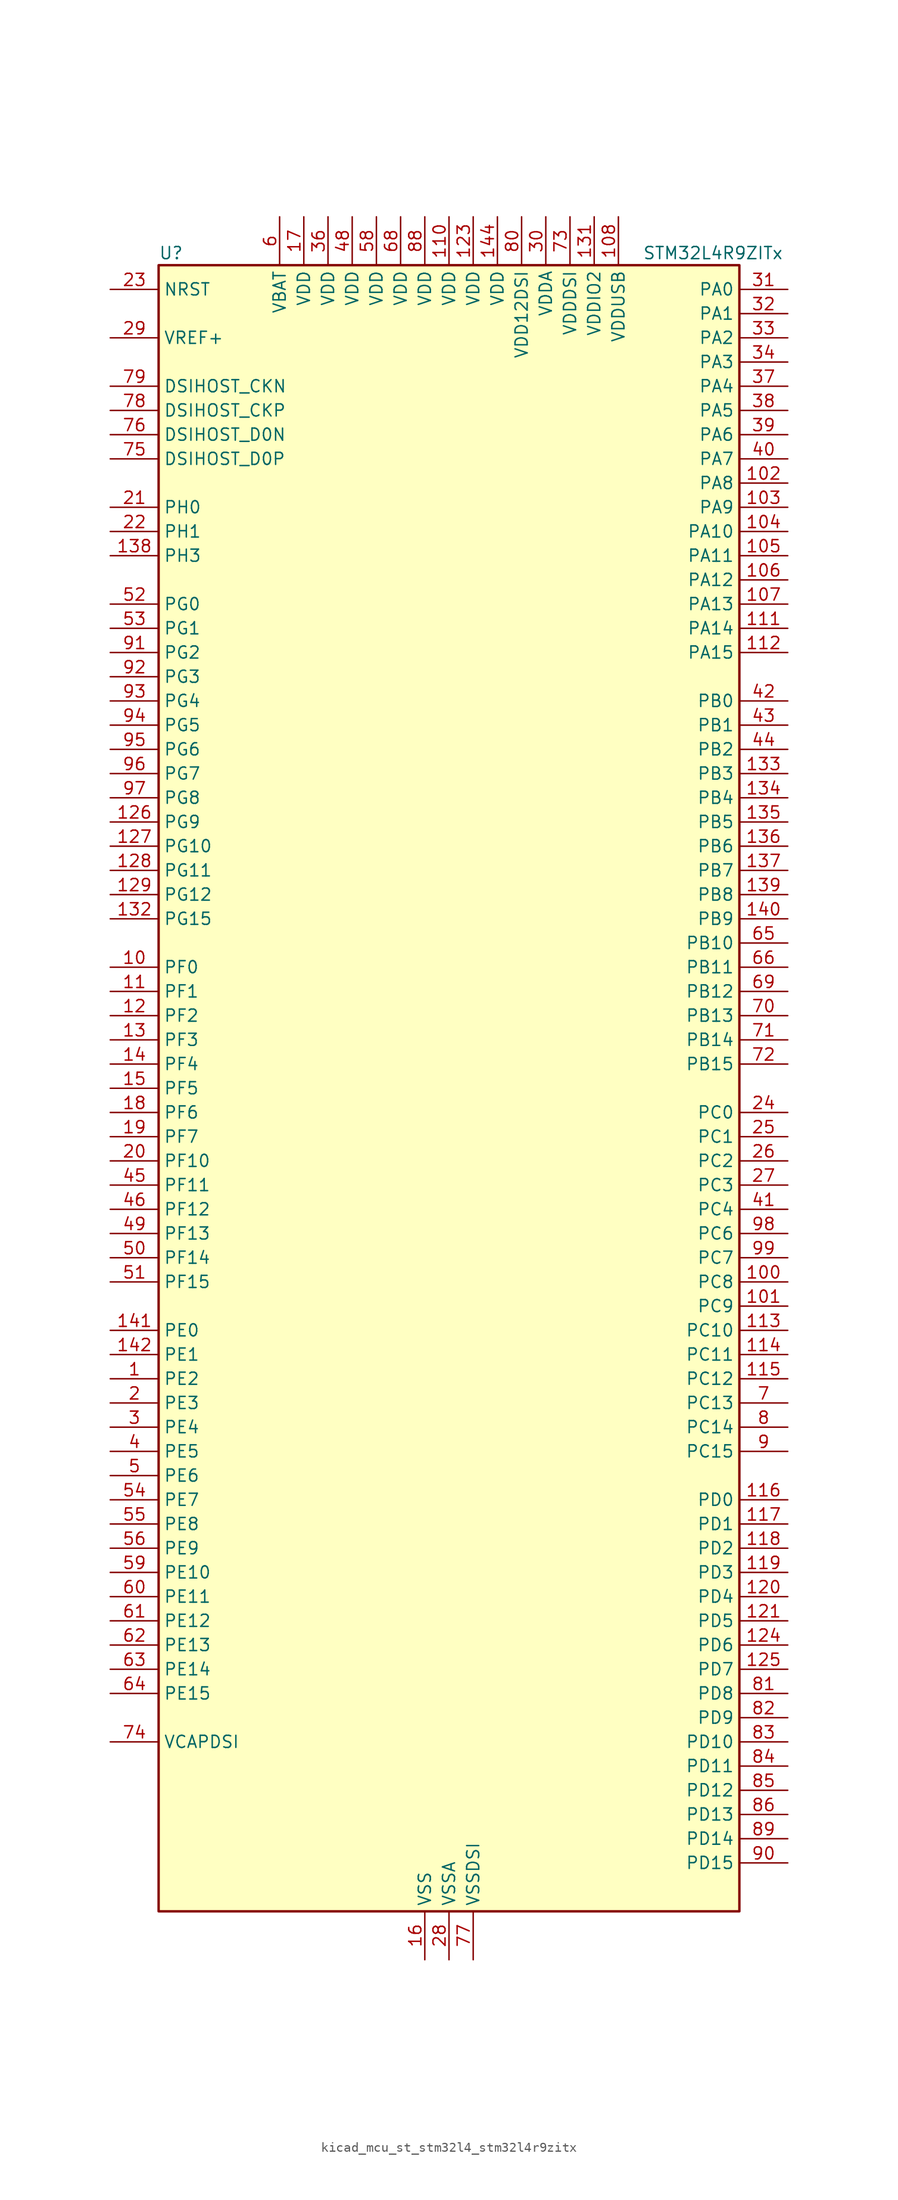
<source format=kicad_sym>
(kicad_symbol_lib
  (version 20220914)
  (generator kicad_symbol_editor)
  (symbol "kicad_mcu_st_stm32l4_stm32l4r9zitx"
    (property "Reference" "U"
      (at -30.48 87.63 0)
      (effects (font (size 1.27 1.27)) (justify left)))
    (property "Value" "STM32L4R9ZITx"
      (at 20.32 87.63 0)
      (effects (font (size 1.27 1.27)) (justify left)))
    (property "ki_locked" ""
      (at 0 0 0)
      (effects (font (size 1.27 1.27))))
    (symbol "kicad_mcu_st_stm32l4_stm32l4r9zitx_0_1"
      (rectangle (start -30.48 -86.36) (end 30.48 86.36) (stroke (width 0.254) (type default)) (fill (type background))))
    (symbol "kicad_mcu_st_stm32l4_stm32l4r9zitx_1_1"
      (pin bidirectional line (at -35.56 -30.48 0) (length 5.08) (name "PE2" (effects (font (size 1.27 1.27)))) (number "1" (effects (font (size 1.27 1.27)))) (alternate "FMC_A23" bidirectional line) (alternate "LTDC_R0" bidirectional line) (alternate "SAI1_CK1" bidirectional line) (alternate "SAI1_MCLK_A" bidirectional line) (alternate "SYS_TRACECLK" bidirectional line) (alternate "TIM3_ETR" bidirectional line) (alternate "TSC_G7_IO1" bidirectional line))
      (pin bidirectional line (at -35.56 12.7 0) (length 5.08) (name "PF0" (effects (font (size 1.27 1.27)))) (number "10" (effects (font (size 1.27 1.27)))) (alternate "FMC_A0" bidirectional line) (alternate "I2C2_SDA" bidirectional line) (alternate "OCTOSPIM_P2_IO0" bidirectional line))
      (pin bidirectional line (at 35.56 -20.32 180) (length 5.08) (name "PC8" (effects (font (size 1.27 1.27)))) (number "100" (effects (font (size 1.27 1.27)))) (alternate "DCMI_D2" bidirectional line) (alternate "SDMMC1_D0" bidirectional line) (alternate "TIM3_CH3" bidirectional line) (alternate "TIM8_CH3" bidirectional line) (alternate "TSC_G4_IO3" bidirectional line))
      (pin bidirectional line (at 35.56 -22.86 180) (length 5.08) (name "PC9" (effects (font (size 1.27 1.27)))) (number "101" (effects (font (size 1.27 1.27)))) (alternate "DAC1_EXTI9" bidirectional line) (alternate "DCMI_D3" bidirectional line) (alternate "I2C3_SDA" bidirectional line) (alternate "SAI2_EXTCLK" bidirectional line) (alternate "SDMMC1_D1" bidirectional line) (alternate "SYS_TRACED0" bidirectional line) (alternate "TIM3_CH4" bidirectional line) (alternate "TIM8_BKIN2" bidirectional line) (alternate "TIM8_CH4" bidirectional line) (alternate "TSC_G4_IO4" bidirectional line) (alternate "USB_OTG_FS_NOE" bidirectional line))
      (pin bidirectional line (at 35.56 63.5 180) (length 5.08) (name "PA8" (effects (font (size 1.27 1.27)))) (number "102" (effects (font (size 1.27 1.27)))) (alternate "LPTIM2_OUT" bidirectional line) (alternate "RCC_MCO" bidirectional line) (alternate "SAI1_CK2" bidirectional line) (alternate "SAI1_SCK_A" bidirectional line) (alternate "TIM1_CH1" bidirectional line) (alternate "USART1_CK" bidirectional line) (alternate "USB_OTG_FS_SOF" bidirectional line))
      (pin bidirectional line (at 35.56 60.96 180) (length 5.08) (name "PA9" (effects (font (size 1.27 1.27)))) (number "103" (effects (font (size 1.27 1.27)))) (alternate "DAC1_EXTI9" bidirectional line) (alternate "DCMI_D0" bidirectional line) (alternate "SAI1_FS_A" bidirectional line) (alternate "SPI2_SCK" bidirectional line) (alternate "TIM15_BKIN" bidirectional line) (alternate "TIM1_CH2" bidirectional line) (alternate "USART1_TX" bidirectional line) (alternate "USB_OTG_FS_VBUS" bidirectional line))
      (pin bidirectional line (at 35.56 58.42 180) (length 5.08) (name "PA10" (effects (font (size 1.27 1.27)))) (number "104" (effects (font (size 1.27 1.27)))) (alternate "DCMI_D1" bidirectional line) (alternate "SAI1_D1" bidirectional line) (alternate "SAI1_SD_A" bidirectional line) (alternate "TIM17_BKIN" bidirectional line) (alternate "TIM1_CH3" bidirectional line) (alternate "USART1_RX" bidirectional line) (alternate "USB_OTG_FS_ID" bidirectional line))
      (pin bidirectional line (at 35.56 55.88 180) (length 5.08) (name "PA11" (effects (font (size 1.27 1.27)))) (number "105" (effects (font (size 1.27 1.27)))) (alternate "ADC1_EXTI11" bidirectional line) (alternate "CAN1_RX" bidirectional line) (alternate "SPI1_MISO" bidirectional line) (alternate "TIM1_BKIN2" bidirectional line) (alternate "TIM1_CH4" bidirectional line) (alternate "USART1_CTS" bidirectional line) (alternate "USART1_NSS" bidirectional line) (alternate "USB_OTG_FS_DM" bidirectional line))
      (pin bidirectional line (at 35.56 53.34 180) (length 5.08) (name "PA12" (effects (font (size 1.27 1.27)))) (number "106" (effects (font (size 1.27 1.27)))) (alternate "CAN1_TX" bidirectional line) (alternate "SPI1_MOSI" bidirectional line) (alternate "TIM1_ETR" bidirectional line) (alternate "USART1_DE" bidirectional line) (alternate "USART1_RTS" bidirectional line) (alternate "USB_OTG_FS_DP" bidirectional line))
      (pin bidirectional line (at 35.56 50.8 180) (length 5.08) (name "PA13" (effects (font (size 1.27 1.27)))) (number "107" (effects (font (size 1.27 1.27)))) (alternate "IR_OUT" bidirectional line) (alternate "SAI1_SD_B" bidirectional line) (alternate "SYS_JTMS-SWDIO" bidirectional line) (alternate "USB_OTG_FS_NOE" bidirectional line))
      (pin power_in line (at 17.78 91.44 270) (length 5.08) (name "VDDUSB" (effects (font (size 1.27 1.27)))) (number "108" (effects (font (size 1.27 1.27)))))
      (pin passive line (at -2.54 -91.44 90) (length 5.08) hide (name "VSS" (effects (font (size 1.27 1.27)))) (number "109" (effects (font (size 1.27 1.27)))))
      (pin bidirectional line (at -35.56 10.16 0) (length 5.08) (name "PF1" (effects (font (size 1.27 1.27)))) (number "11" (effects (font (size 1.27 1.27)))) (alternate "FMC_A1" bidirectional line) (alternate "I2C2_SCL" bidirectional line) (alternate "OCTOSPIM_P2_IO1" bidirectional line))
      (pin power_in line (at 0 91.44 270) (length 5.08) (name "VDD" (effects (font (size 1.27 1.27)))) (number "110" (effects (font (size 1.27 1.27)))))
      (pin bidirectional line (at 35.56 48.26 180) (length 5.08) (name "PA14" (effects (font (size 1.27 1.27)))) (number "111" (effects (font (size 1.27 1.27)))) (alternate "I2C1_SMBA" bidirectional line) (alternate "I2C4_SMBA" bidirectional line) (alternate "LPTIM1_OUT" bidirectional line) (alternate "SAI1_FS_B" bidirectional line) (alternate "SYS_JTCK-SWCLK" bidirectional line) (alternate "USB_OTG_FS_SOF" bidirectional line))
      (pin bidirectional line (at 35.56 45.72 180) (length 5.08) (name "PA15" (effects (font (size 1.27 1.27)))) (number "112" (effects (font (size 1.27 1.27)))) (alternate "ADC1_EXTI15" bidirectional line) (alternate "SAI2_FS_B" bidirectional line) (alternate "SPI1_NSS" bidirectional line) (alternate "SPI3_NSS" bidirectional line) (alternate "SYS_JTDI" bidirectional line) (alternate "TIM2_CH1" bidirectional line) (alternate "TIM2_ETR" bidirectional line) (alternate "TSC_G3_IO1" bidirectional line) (alternate "UART4_DE" bidirectional line) (alternate "UART4_RTS" bidirectional line) (alternate "USART2_RX" bidirectional line) (alternate "USART3_DE" bidirectional line) (alternate "USART3_RTS" bidirectional line))
      (pin bidirectional line (at 35.56 -25.4 180) (length 5.08) (name "PC10" (effects (font (size 1.27 1.27)))) (number "113" (effects (font (size 1.27 1.27)))) (alternate "DCMI_D8" bidirectional line) (alternate "SAI2_SCK_B" bidirectional line) (alternate "SDMMC1_D2" bidirectional line) (alternate "SPI3_SCK" bidirectional line) (alternate "SYS_TRACED1" bidirectional line) (alternate "TSC_G3_IO2" bidirectional line) (alternate "UART4_TX" bidirectional line) (alternate "USART3_TX" bidirectional line))
      (pin bidirectional line (at 35.56 -27.94 180) (length 5.08) (name "PC11" (effects (font (size 1.27 1.27)))) (number "114" (effects (font (size 1.27 1.27)))) (alternate "ADC1_EXTI11" bidirectional line) (alternate "DCMI_D2" bidirectional line) (alternate "DCMI_D4" bidirectional line) (alternate "OCTOSPIM_P1_NCS" bidirectional line) (alternate "SAI2_MCLK_B" bidirectional line) (alternate "SDMMC1_D3" bidirectional line) (alternate "SPI3_MISO" bidirectional line) (alternate "TSC_G3_IO3" bidirectional line) (alternate "UART4_RX" bidirectional line) (alternate "USART3_RX" bidirectional line))
      (pin bidirectional line (at 35.56 -30.48 180) (length 5.08) (name "PC12" (effects (font (size 1.27 1.27)))) (number "115" (effects (font (size 1.27 1.27)))) (alternate "DCMI_D9" bidirectional line) (alternate "SAI2_SD_B" bidirectional line) (alternate "SDMMC1_CK" bidirectional line) (alternate "SPI3_MOSI" bidirectional line) (alternate "SYS_TRACED3" bidirectional line) (alternate "TSC_G3_IO4" bidirectional line) (alternate "UART5_TX" bidirectional line) (alternate "USART3_CK" bidirectional line))
      (pin bidirectional line (at 35.56 -43.18 180) (length 5.08) (name "PD0" (effects (font (size 1.27 1.27)))) (number "116" (effects (font (size 1.27 1.27)))) (alternate "CAN1_RX" bidirectional line) (alternate "DFSDM1_DATIN7" bidirectional line) (alternate "FMC_D2" bidirectional line) (alternate "FMC_DA2" bidirectional line) (alternate "LTDC_B4" bidirectional line) (alternate "SPI2_NSS" bidirectional line))
      (pin bidirectional line (at 35.56 -45.72 180) (length 5.08) (name "PD1" (effects (font (size 1.27 1.27)))) (number "117" (effects (font (size 1.27 1.27)))) (alternate "CAN1_TX" bidirectional line) (alternate "DFSDM1_CKIN7" bidirectional line) (alternate "FMC_D3" bidirectional line) (alternate "FMC_DA3" bidirectional line) (alternate "LTDC_B5" bidirectional line) (alternate "SPI2_SCK" bidirectional line))
      (pin bidirectional line (at 35.56 -48.26 180) (length 5.08) (name "PD2" (effects (font (size 1.27 1.27)))) (number "118" (effects (font (size 1.27 1.27)))) (alternate "DCMI_D11" bidirectional line) (alternate "SDMMC1_CMD" bidirectional line) (alternate "SYS_TRACED2" bidirectional line) (alternate "TIM3_ETR" bidirectional line) (alternate "TSC_SYNC" bidirectional line) (alternate "UART5_RX" bidirectional line) (alternate "USART3_DE" bidirectional line) (alternate "USART3_RTS" bidirectional line))
      (pin bidirectional line (at 35.56 -50.8 180) (length 5.08) (name "PD3" (effects (font (size 1.27 1.27)))) (number "119" (effects (font (size 1.27 1.27)))) (alternate "DCMI_D5" bidirectional line) (alternate "DFSDM1_DATIN0" bidirectional line) (alternate "FMC_CLK" bidirectional line) (alternate "LTDC_CLK" bidirectional line) (alternate "OCTOSPIM_P2_NCS" bidirectional line) (alternate "SPI2_MISO" bidirectional line) (alternate "SPI2_SCK" bidirectional line) (alternate "USART2_CTS" bidirectional line) (alternate "USART2_NSS" bidirectional line))
      (pin bidirectional line (at -35.56 7.62 0) (length 5.08) (name "PF2" (effects (font (size 1.27 1.27)))) (number "12" (effects (font (size 1.27 1.27)))) (alternate "FMC_A2" bidirectional line) (alternate "I2C2_SMBA" bidirectional line) (alternate "OCTOSPIM_P2_IO2" bidirectional line))
      (pin bidirectional line (at 35.56 -53.34 180) (length 5.08) (name "PD4" (effects (font (size 1.27 1.27)))) (number "120" (effects (font (size 1.27 1.27)))) (alternate "DFSDM1_CKIN0" bidirectional line) (alternate "FMC_NOE" bidirectional line) (alternate "OCTOSPIM_P1_IO4" bidirectional line) (alternate "SPI2_MOSI" bidirectional line) (alternate "USART2_DE" bidirectional line) (alternate "USART2_RTS" bidirectional line))
      (pin bidirectional line (at 35.56 -55.88 180) (length 5.08) (name "PD5" (effects (font (size 1.27 1.27)))) (number "121" (effects (font (size 1.27 1.27)))) (alternate "FMC_NWE" bidirectional line) (alternate "OCTOSPIM_P1_IO5" bidirectional line) (alternate "USART2_TX" bidirectional line))
      (pin passive line (at -2.54 -91.44 90) (length 5.08) hide (name "VSS" (effects (font (size 1.27 1.27)))) (number "122" (effects (font (size 1.27 1.27)))))
      (pin power_in line (at 2.54 91.44 270) (length 5.08) (name "VDD" (effects (font (size 1.27 1.27)))) (number "123" (effects (font (size 1.27 1.27)))))
      (pin bidirectional line (at 35.56 -58.42 180) (length 5.08) (name "PD6" (effects (font (size 1.27 1.27)))) (number "124" (effects (font (size 1.27 1.27)))) (alternate "DCMI_D10" bidirectional line) (alternate "DFSDM1_DATIN1" bidirectional line) (alternate "FMC_NWAIT" bidirectional line) (alternate "LTDC_DE" bidirectional line) (alternate "OCTOSPIM_P1_IO6" bidirectional line) (alternate "SAI1_D1" bidirectional line) (alternate "SAI1_SD_A" bidirectional line) (alternate "SPI3_MOSI" bidirectional line) (alternate "USART2_RX" bidirectional line))
      (pin bidirectional line (at 35.56 -60.96 180) (length 5.08) (name "PD7" (effects (font (size 1.27 1.27)))) (number "125" (effects (font (size 1.27 1.27)))) (alternate "DFSDM1_CKIN1" bidirectional line) (alternate "FMC_NCE" bidirectional line) (alternate "FMC_NE1" bidirectional line) (alternate "OCTOSPIM_P1_IO7" bidirectional line) (alternate "USART2_CK" bidirectional line))
      (pin bidirectional line (at -35.56 27.94 0) (length 5.08) (name "PG9" (effects (font (size 1.27 1.27)))) (number "126" (effects (font (size 1.27 1.27)))) (alternate "DAC1_EXTI9" bidirectional line) (alternate "FMC_NCE" bidirectional line) (alternate "FMC_NE2" bidirectional line) (alternate "OCTOSPIM_P2_IO6" bidirectional line) (alternate "SAI2_SCK_A" bidirectional line) (alternate "SPI3_SCK" bidirectional line) (alternate "TIM15_CH1N" bidirectional line) (alternate "USART1_TX" bidirectional line))
      (pin bidirectional line (at -35.56 25.4 0) (length 5.08) (name "PG10" (effects (font (size 1.27 1.27)))) (number "127" (effects (font (size 1.27 1.27)))) (alternate "FMC_NE3" bidirectional line) (alternate "LPTIM1_IN1" bidirectional line) (alternate "OCTOSPIM_P2_IO7" bidirectional line) (alternate "SAI2_FS_A" bidirectional line) (alternate "SPI3_MISO" bidirectional line) (alternate "TIM15_CH1" bidirectional line) (alternate "USART1_RX" bidirectional line))
      (pin bidirectional line (at -35.56 22.86 0) (length 5.08) (name "PG11" (effects (font (size 1.27 1.27)))) (number "128" (effects (font (size 1.27 1.27)))) (alternate "ADC1_EXTI11" bidirectional line) (alternate "LPTIM1_IN2" bidirectional line) (alternate "OCTOSPIM_P1_IO5" bidirectional line) (alternate "SAI2_MCLK_A" bidirectional line) (alternate "SPI3_MOSI" bidirectional line) (alternate "TIM15_CH2" bidirectional line) (alternate "USART1_CTS" bidirectional line) (alternate "USART1_NSS" bidirectional line))
      (pin bidirectional line (at -35.56 20.32 0) (length 5.08) (name "PG12" (effects (font (size 1.27 1.27)))) (number "129" (effects (font (size 1.27 1.27)))) (alternate "FMC_NE4" bidirectional line) (alternate "LPTIM1_ETR" bidirectional line) (alternate "OCTOSPIM_P2_NCS" bidirectional line) (alternate "SAI2_SD_A" bidirectional line) (alternate "SPI3_NSS" bidirectional line) (alternate "USART1_DE" bidirectional line) (alternate "USART1_RTS" bidirectional line))
      (pin bidirectional line (at -35.56 5.08 0) (length 5.08) (name "PF3" (effects (font (size 1.27 1.27)))) (number "13" (effects (font (size 1.27 1.27)))) (alternate "FMC_A3" bidirectional line) (alternate "OCTOSPIM_P2_IO3" bidirectional line))
      (pin passive line (at -2.54 -91.44 90) (length 5.08) hide (name "VSS" (effects (font (size 1.27 1.27)))) (number "130" (effects (font (size 1.27 1.27)))))
      (pin power_in line (at 15.24 91.44 270) (length 5.08) (name "VDDIO2" (effects (font (size 1.27 1.27)))) (number "131" (effects (font (size 1.27 1.27)))))
      (pin bidirectional line (at -35.56 17.78 0) (length 5.08) (name "PG15" (effects (font (size 1.27 1.27)))) (number "132" (effects (font (size 1.27 1.27)))) (alternate "ADC1_EXTI15" bidirectional line) (alternate "DCMI_D13" bidirectional line) (alternate "I2C1_SMBA" bidirectional line) (alternate "LPTIM1_OUT" bidirectional line) (alternate "OCTOSPIM_P2_DQS" bidirectional line))
      (pin bidirectional line (at 35.56 33.02 180) (length 5.08) (name "PB3" (effects (font (size 1.27 1.27)))) (number "133" (effects (font (size 1.27 1.27)))) (alternate "COMP2_INM" bidirectional line) (alternate "CRS_SYNC" bidirectional line) (alternate "SAI1_SCK_B" bidirectional line) (alternate "SPI1_SCK" bidirectional line) (alternate "SPI3_SCK" bidirectional line) (alternate "SYS_JTDO-SWO" bidirectional line) (alternate "TIM2_CH2" bidirectional line) (alternate "USART1_DE" bidirectional line) (alternate "USART1_RTS" bidirectional line))
      (pin bidirectional line (at 35.56 30.48 180) (length 5.08) (name "PB4" (effects (font (size 1.27 1.27)))) (number "134" (effects (font (size 1.27 1.27)))) (alternate "COMP2_INP" bidirectional line) (alternate "DCMI_D12" bidirectional line) (alternate "I2C3_SDA" bidirectional line) (alternate "SAI1_MCLK_B" bidirectional line) (alternate "SPI1_MISO" bidirectional line) (alternate "SPI3_MISO" bidirectional line) (alternate "SYS_JTRST" bidirectional line) (alternate "TIM17_BKIN" bidirectional line) (alternate "TIM3_CH1" bidirectional line) (alternate "TSC_G2_IO1" bidirectional line) (alternate "UART5_DE" bidirectional line) (alternate "UART5_RTS" bidirectional line) (alternate "USART1_CTS" bidirectional line) (alternate "USART1_NSS" bidirectional line))
      (pin bidirectional line (at 35.56 27.94 180) (length 5.08) (name "PB5" (effects (font (size 1.27 1.27)))) (number "135" (effects (font (size 1.27 1.27)))) (alternate "COMP2_OUT" bidirectional line) (alternate "DCMI_D10" bidirectional line) (alternate "I2C1_SMBA" bidirectional line) (alternate "LPTIM1_IN1" bidirectional line) (alternate "SAI1_SD_B" bidirectional line) (alternate "SPI1_MOSI" bidirectional line) (alternate "SPI3_MOSI" bidirectional line) (alternate "TIM16_BKIN" bidirectional line) (alternate "TIM3_CH2" bidirectional line) (alternate "TSC_G2_IO2" bidirectional line) (alternate "UART5_CTS" bidirectional line) (alternate "USART1_CK" bidirectional line))
      (pin bidirectional line (at 35.56 25.4 180) (length 5.08) (name "PB6" (effects (font (size 1.27 1.27)))) (number "136" (effects (font (size 1.27 1.27)))) (alternate "COMP2_INP" bidirectional line) (alternate "DCMI_D5" bidirectional line) (alternate "DFSDM1_DATIN5" bidirectional line) (alternate "I2C1_SCL" bidirectional line) (alternate "I2C4_SCL" bidirectional line) (alternate "LPTIM1_ETR" bidirectional line) (alternate "SAI1_FS_B" bidirectional line) (alternate "TIM16_CH1N" bidirectional line) (alternate "TIM4_CH1" bidirectional line) (alternate "TIM8_BKIN2" bidirectional line) (alternate "TSC_G2_IO3" bidirectional line) (alternate "USART1_TX" bidirectional line))
      (pin bidirectional line (at 35.56 22.86 180) (length 5.08) (name "PB7" (effects (font (size 1.27 1.27)))) (number "137" (effects (font (size 1.27 1.27)))) (alternate "COMP2_INM" bidirectional line) (alternate "DCMI_VSYNC" bidirectional line) (alternate "DFSDM1_CKIN5" bidirectional line) (alternate "DSIHOST_TE" bidirectional line) (alternate "FMC_NL" bidirectional line) (alternate "I2C1_SDA" bidirectional line) (alternate "I2C4_SDA" bidirectional line) (alternate "LPTIM1_IN2" bidirectional line) (alternate "SYS_PVD_IN" bidirectional line) (alternate "TIM17_CH1N" bidirectional line) (alternate "TIM4_CH2" bidirectional line) (alternate "TIM8_BKIN" bidirectional line) (alternate "TSC_G2_IO4" bidirectional line) (alternate "UART4_CTS" bidirectional line) (alternate "USART1_RX" bidirectional line))
      (pin bidirectional line (at -35.56 55.88 0) (length 5.08) (name "PH3" (effects (font (size 1.27 1.27)))) (number "138" (effects (font (size 1.27 1.27)))))
      (pin bidirectional line (at 35.56 20.32 180) (length 5.08) (name "PB8" (effects (font (size 1.27 1.27)))) (number "139" (effects (font (size 1.27 1.27)))) (alternate "CAN1_RX" bidirectional line) (alternate "DCMI_D6" bidirectional line) (alternate "DFSDM1_CKOUT" bidirectional line) (alternate "DFSDM1_DATIN6" bidirectional line) (alternate "I2C1_SCL" bidirectional line) (alternate "LTDC_B1" bidirectional line) (alternate "SAI1_CK1" bidirectional line) (alternate "SAI1_MCLK_A" bidirectional line) (alternate "SDMMC1_CKIN" bidirectional line) (alternate "SDMMC1_D4" bidirectional line) (alternate "TIM16_CH1" bidirectional line) (alternate "TIM4_CH3" bidirectional line))
      (pin bidirectional line (at -35.56 2.54 0) (length 5.08) (name "PF4" (effects (font (size 1.27 1.27)))) (number "14" (effects (font (size 1.27 1.27)))) (alternate "FMC_A4" bidirectional line) (alternate "OCTOSPIM_P2_CLK" bidirectional line))
      (pin bidirectional line (at 35.56 17.78 180) (length 5.08) (name "PB9" (effects (font (size 1.27 1.27)))) (number "140" (effects (font (size 1.27 1.27)))) (alternate "CAN1_TX" bidirectional line) (alternate "DAC1_EXTI9" bidirectional line) (alternate "DCMI_D7" bidirectional line) (alternate "DFSDM1_CKIN6" bidirectional line) (alternate "I2C1_SDA" bidirectional line) (alternate "IR_OUT" bidirectional line) (alternate "SAI1_D2" bidirectional line) (alternate "SAI1_FS_A" bidirectional line) (alternate "SDMMC1_CDIR" bidirectional line) (alternate "SDMMC1_D5" bidirectional line) (alternate "SPI2_NSS" bidirectional line) (alternate "TIM17_CH1" bidirectional line) (alternate "TIM4_CH4" bidirectional line))
      (pin bidirectional line (at -35.56 -25.4 0) (length 5.08) (name "PE0" (effects (font (size 1.27 1.27)))) (number "141" (effects (font (size 1.27 1.27)))) (alternate "DCMI_D2" bidirectional line) (alternate "FMC_NBL0" bidirectional line) (alternate "LTDC_HSYNC" bidirectional line) (alternate "TIM16_CH1" bidirectional line) (alternate "TIM4_ETR" bidirectional line))
      (pin bidirectional line (at -35.56 -27.94 0) (length 5.08) (name "PE1" (effects (font (size 1.27 1.27)))) (number "142" (effects (font (size 1.27 1.27)))) (alternate "DCMI_D3" bidirectional line) (alternate "FMC_NBL1" bidirectional line) (alternate "LTDC_VSYNC" bidirectional line) (alternate "TIM17_CH1" bidirectional line))
      (pin passive line (at -2.54 -91.44 90) (length 5.08) hide (name "VSS" (effects (font (size 1.27 1.27)))) (number "143" (effects (font (size 1.27 1.27)))))
      (pin power_in line (at 5.08 91.44 270) (length 5.08) (name "VDD" (effects (font (size 1.27 1.27)))) (number "144" (effects (font (size 1.27 1.27)))))
      (pin bidirectional line (at -35.56 0 0) (length 5.08) (name "PF5" (effects (font (size 1.27 1.27)))) (number "15" (effects (font (size 1.27 1.27)))) (alternate "FMC_A5" bidirectional line))
      (pin power_in line (at -2.54 -91.44 90) (length 5.08) (name "VSS" (effects (font (size 1.27 1.27)))) (number "16" (effects (font (size 1.27 1.27)))))
      (pin power_in line (at -15.24 91.44 270) (length 5.08) (name "VDD" (effects (font (size 1.27 1.27)))) (number "17" (effects (font (size 1.27 1.27)))))
      (pin bidirectional line (at -35.56 -2.54 0) (length 5.08) (name "PF6" (effects (font (size 1.27 1.27)))) (number "18" (effects (font (size 1.27 1.27)))) (alternate "OCTOSPIM_P1_IO3" bidirectional line) (alternate "SAI1_SD_B" bidirectional line) (alternate "TIM5_CH1" bidirectional line) (alternate "TIM5_ETR" bidirectional line))
      (pin bidirectional line (at -35.56 -5.08 0) (length 5.08) (name "PF7" (effects (font (size 1.27 1.27)))) (number "19" (effects (font (size 1.27 1.27)))) (alternate "OCTOSPIM_P1_IO2" bidirectional line) (alternate "SAI1_MCLK_B" bidirectional line) (alternate "TIM5_CH2" bidirectional line))
      (pin bidirectional line (at -35.56 -33.02 0) (length 5.08) (name "PE3" (effects (font (size 1.27 1.27)))) (number "2" (effects (font (size 1.27 1.27)))) (alternate "FMC_A19" bidirectional line) (alternate "LTDC_R1" bidirectional line) (alternate "OCTOSPIM_P1_DQS" bidirectional line) (alternate "SAI1_SD_B" bidirectional line) (alternate "SYS_TRACED0" bidirectional line) (alternate "TIM3_CH1" bidirectional line) (alternate "TSC_G7_IO2" bidirectional line))
      (pin bidirectional line (at -35.56 -7.62 0) (length 5.08) (name "PF10" (effects (font (size 1.27 1.27)))) (number "20" (effects (font (size 1.27 1.27)))) (alternate "DCMI_D11" bidirectional line) (alternate "DFSDM1_CKOUT" bidirectional line) (alternate "OCTOSPIM_P1_CLK" bidirectional line) (alternate "SAI1_D3" bidirectional line) (alternate "TIM15_CH2" bidirectional line))
      (pin bidirectional line (at -35.56 60.96 0) (length 5.08) (name "PH0" (effects (font (size 1.27 1.27)))) (number "21" (effects (font (size 1.27 1.27)))) (alternate "RCC_OSC_IN" bidirectional line))
      (pin bidirectional line (at -35.56 58.42 0) (length 5.08) (name "PH1" (effects (font (size 1.27 1.27)))) (number "22" (effects (font (size 1.27 1.27)))) (alternate "RCC_OSC_OUT" bidirectional line))
      (pin input line (at -35.56 83.82 0) (length 5.08) (name "NRST" (effects (font (size 1.27 1.27)))) (number "23" (effects (font (size 1.27 1.27)))))
      (pin bidirectional line (at 35.56 -2.54 180) (length 5.08) (name "PC0" (effects (font (size 1.27 1.27)))) (number "24" (effects (font (size 1.27 1.27)))) (alternate "ADC1_IN1" bidirectional line) (alternate "DFSDM1_DATIN4" bidirectional line) (alternate "I2C3_SCL" bidirectional line) (alternate "LPTIM1_IN1" bidirectional line) (alternate "LPTIM2_IN1" bidirectional line) (alternate "LPUART1_RX" bidirectional line) (alternate "SAI2_FS_A" bidirectional line))
      (pin bidirectional line (at 35.56 -5.08 180) (length 5.08) (name "PC1" (effects (font (size 1.27 1.27)))) (number "25" (effects (font (size 1.27 1.27)))) (alternate "ADC1_IN2" bidirectional line) (alternate "DFSDM1_CKIN4" bidirectional line) (alternate "I2C3_SDA" bidirectional line) (alternate "LPTIM1_OUT" bidirectional line) (alternate "LPUART1_TX" bidirectional line) (alternate "OCTOSPIM_P1_IO4" bidirectional line) (alternate "SAI1_SD_A" bidirectional line) (alternate "SPI2_MOSI" bidirectional line) (alternate "SYS_TRACED0" bidirectional line))
      (pin bidirectional line (at 35.56 -7.62 180) (length 5.08) (name "PC2" (effects (font (size 1.27 1.27)))) (number "26" (effects (font (size 1.27 1.27)))) (alternate "ADC1_IN3" bidirectional line) (alternate "DFSDM1_CKOUT" bidirectional line) (alternate "LPTIM1_IN2" bidirectional line) (alternate "OCTOSPIM_P1_IO5" bidirectional line) (alternate "SPI2_MISO" bidirectional line))
      (pin bidirectional line (at 35.56 -10.16 180) (length 5.08) (name "PC3" (effects (font (size 1.27 1.27)))) (number "27" (effects (font (size 1.27 1.27)))) (alternate "ADC1_IN4" bidirectional line) (alternate "LPTIM1_ETR" bidirectional line) (alternate "LPTIM2_ETR" bidirectional line) (alternate "OCTOSPIM_P1_IO6" bidirectional line) (alternate "SAI1_D1" bidirectional line) (alternate "SAI1_SD_A" bidirectional line) (alternate "SPI2_MOSI" bidirectional line))
      (pin power_in line (at 0 -91.44 90) (length 5.08) (name "VSSA" (effects (font (size 1.27 1.27)))) (number "28" (effects (font (size 1.27 1.27)))))
      (pin input line (at -35.56 78.74 0) (length 5.08) (name "VREF+" (effects (font (size 1.27 1.27)))) (number "29" (effects (font (size 1.27 1.27)))) (alternate "VREFBUF_OUT" bidirectional line))
      (pin bidirectional line (at -35.56 -35.56 0) (length 5.08) (name "PE4" (effects (font (size 1.27 1.27)))) (number "3" (effects (font (size 1.27 1.27)))) (alternate "DCMI_D4" bidirectional line) (alternate "DFSDM1_DATIN3" bidirectional line) (alternate "FMC_A20" bidirectional line) (alternate "LTDC_B0" bidirectional line) (alternate "SAI1_D2" bidirectional line) (alternate "SAI1_FS_A" bidirectional line) (alternate "SYS_TRACED1" bidirectional line) (alternate "TIM3_CH2" bidirectional line) (alternate "TSC_G7_IO3" bidirectional line))
      (pin power_in line (at 10.16 91.44 270) (length 5.08) (name "VDDA" (effects (font (size 1.27 1.27)))) (number "30" (effects (font (size 1.27 1.27)))))
      (pin bidirectional line (at 35.56 83.82 180) (length 5.08) (name "PA0" (effects (font (size 1.27 1.27)))) (number "31" (effects (font (size 1.27 1.27)))) (alternate "ADC1_IN5" bidirectional line) (alternate "OPAMP1_VINP" bidirectional line) (alternate "RTC_TAMP2" bidirectional line) (alternate "SAI1_EXTCLK" bidirectional line) (alternate "SYS_WKUP1" bidirectional line) (alternate "TIM2_CH1" bidirectional line) (alternate "TIM2_ETR" bidirectional line) (alternate "TIM5_CH1" bidirectional line) (alternate "TIM8_ETR" bidirectional line) (alternate "UART4_TX" bidirectional line) (alternate "USART2_CTS" bidirectional line) (alternate "USART2_NSS" bidirectional line))
      (pin bidirectional line (at 35.56 81.28 180) (length 5.08) (name "PA1" (effects (font (size 1.27 1.27)))) (number "32" (effects (font (size 1.27 1.27)))) (alternate "ADC1_IN6" bidirectional line) (alternate "I2C1_SMBA" bidirectional line) (alternate "OCTOSPIM_P1_DQS" bidirectional line) (alternate "OPAMP1_VINM" bidirectional line) (alternate "SPI1_SCK" bidirectional line) (alternate "TIM15_CH1N" bidirectional line) (alternate "TIM2_CH2" bidirectional line) (alternate "TIM5_CH2" bidirectional line) (alternate "UART4_RX" bidirectional line) (alternate "USART2_DE" bidirectional line) (alternate "USART2_RTS" bidirectional line))
      (pin bidirectional line (at 35.56 78.74 180) (length 5.08) (name "PA2" (effects (font (size 1.27 1.27)))) (number "33" (effects (font (size 1.27 1.27)))) (alternate "ADC1_IN7" bidirectional line) (alternate "LPUART1_TX" bidirectional line) (alternate "OCTOSPIM_P1_NCS" bidirectional line) (alternate "RCC_LSCO" bidirectional line) (alternate "SAI2_EXTCLK" bidirectional line) (alternate "SYS_WKUP4" bidirectional line) (alternate "TIM15_CH1" bidirectional line) (alternate "TIM2_CH3" bidirectional line) (alternate "TIM5_CH3" bidirectional line) (alternate "USART2_TX" bidirectional line))
      (pin bidirectional line (at 35.56 76.2 180) (length 5.08) (name "PA3" (effects (font (size 1.27 1.27)))) (number "34" (effects (font (size 1.27 1.27)))) (alternate "ADC1_IN8" bidirectional line) (alternate "LPUART1_RX" bidirectional line) (alternate "OCTOSPIM_P1_CLK" bidirectional line) (alternate "OPAMP1_VOUT" bidirectional line) (alternate "SAI1_CK1" bidirectional line) (alternate "SAI1_MCLK_A" bidirectional line) (alternate "TIM15_CH2" bidirectional line) (alternate "TIM2_CH4" bidirectional line) (alternate "TIM5_CH4" bidirectional line) (alternate "USART2_RX" bidirectional line))
      (pin passive line (at -2.54 -91.44 90) (length 5.08) hide (name "VSS" (effects (font (size 1.27 1.27)))) (number "35" (effects (font (size 1.27 1.27)))))
      (pin power_in line (at -12.7 91.44 270) (length 5.08) (name "VDD" (effects (font (size 1.27 1.27)))) (number "36" (effects (font (size 1.27 1.27)))))
      (pin bidirectional line (at 35.56 73.66 180) (length 5.08) (name "PA4" (effects (font (size 1.27 1.27)))) (number "37" (effects (font (size 1.27 1.27)))) (alternate "ADC1_IN9" bidirectional line) (alternate "DAC1_OUT1" bidirectional line) (alternate "DCMI_HSYNC" bidirectional line) (alternate "LPTIM2_OUT" bidirectional line) (alternate "OCTOSPIM_P1_NCS" bidirectional line) (alternate "SAI1_FS_B" bidirectional line) (alternate "SPI1_NSS" bidirectional line) (alternate "SPI3_NSS" bidirectional line) (alternate "USART2_CK" bidirectional line))
      (pin bidirectional line (at 35.56 71.12 180) (length 5.08) (name "PA5" (effects (font (size 1.27 1.27)))) (number "38" (effects (font (size 1.27 1.27)))) (alternate "ADC1_IN10" bidirectional line) (alternate "DAC1_OUT2" bidirectional line) (alternate "LPTIM2_ETR" bidirectional line) (alternate "SPI1_SCK" bidirectional line) (alternate "TIM2_CH1" bidirectional line) (alternate "TIM2_ETR" bidirectional line) (alternate "TIM8_CH1N" bidirectional line))
      (pin bidirectional line (at 35.56 68.58 180) (length 5.08) (name "PA6" (effects (font (size 1.27 1.27)))) (number "39" (effects (font (size 1.27 1.27)))) (alternate "ADC1_IN11" bidirectional line) (alternate "DCMI_PIXCLK" bidirectional line) (alternate "LPUART1_CTS" bidirectional line) (alternate "OCTOSPIM_P1_IO3" bidirectional line) (alternate "OPAMP2_VINP" bidirectional line) (alternate "SPI1_MISO" bidirectional line) (alternate "TIM16_CH1" bidirectional line) (alternate "TIM1_BKIN" bidirectional line) (alternate "TIM3_CH1" bidirectional line) (alternate "TIM8_BKIN" bidirectional line) (alternate "USART3_CTS" bidirectional line) (alternate "USART3_NSS" bidirectional line))
      (pin bidirectional line (at -35.56 -38.1 0) (length 5.08) (name "PE5" (effects (font (size 1.27 1.27)))) (number "4" (effects (font (size 1.27 1.27)))) (alternate "DCMI_D6" bidirectional line) (alternate "DFSDM1_CKIN3" bidirectional line) (alternate "FMC_A21" bidirectional line) (alternate "LTDC_G0" bidirectional line) (alternate "SAI1_CK2" bidirectional line) (alternate "SAI1_SCK_A" bidirectional line) (alternate "SYS_TRACED2" bidirectional line) (alternate "TIM3_CH3" bidirectional line) (alternate "TSC_G7_IO4" bidirectional line))
      (pin bidirectional line (at 35.56 66.04 180) (length 5.08) (name "PA7" (effects (font (size 1.27 1.27)))) (number "40" (effects (font (size 1.27 1.27)))) (alternate "ADC1_IN12" bidirectional line) (alternate "I2C3_SCL" bidirectional line) (alternate "OCTOSPIM_P1_IO2" bidirectional line) (alternate "OPAMP2_VINM" bidirectional line) (alternate "SPI1_MOSI" bidirectional line) (alternate "TIM17_CH1" bidirectional line) (alternate "TIM1_CH1N" bidirectional line) (alternate "TIM3_CH2" bidirectional line) (alternate "TIM8_CH1N" bidirectional line))
      (pin bidirectional line (at 35.56 -12.7 180) (length 5.08) (name "PC4" (effects (font (size 1.27 1.27)))) (number "41" (effects (font (size 1.27 1.27)))) (alternate "ADC1_IN13" bidirectional line) (alternate "COMP1_INM" bidirectional line) (alternate "OCTOSPIM_P1_IO7" bidirectional line) (alternate "USART3_TX" bidirectional line))
      (pin bidirectional line (at 35.56 40.64 180) (length 5.08) (name "PB0" (effects (font (size 1.27 1.27)))) (number "42" (effects (font (size 1.27 1.27)))) (alternate "ADC1_IN15" bidirectional line) (alternate "COMP1_OUT" bidirectional line) (alternate "OCTOSPIM_P1_IO1" bidirectional line) (alternate "OPAMP2_VOUT" bidirectional line) (alternate "SAI1_EXTCLK" bidirectional line) (alternate "SPI1_NSS" bidirectional line) (alternate "TIM1_CH2N" bidirectional line) (alternate "TIM3_CH3" bidirectional line) (alternate "TIM8_CH2N" bidirectional line) (alternate "USART3_CK" bidirectional line))
      (pin bidirectional line (at 35.56 38.1 180) (length 5.08) (name "PB1" (effects (font (size 1.27 1.27)))) (number "43" (effects (font (size 1.27 1.27)))) (alternate "ADC1_IN16" bidirectional line) (alternate "COMP1_INM" bidirectional line) (alternate "DFSDM1_DATIN0" bidirectional line) (alternate "LPTIM2_IN1" bidirectional line) (alternate "LPUART1_DE" bidirectional line) (alternate "LPUART1_RTS" bidirectional line) (alternate "OCTOSPIM_P1_IO0" bidirectional line) (alternate "TIM1_CH3N" bidirectional line) (alternate "TIM3_CH4" bidirectional line) (alternate "TIM8_CH3N" bidirectional line) (alternate "USART3_DE" bidirectional line) (alternate "USART3_RTS" bidirectional line))
      (pin bidirectional line (at 35.56 35.56 180) (length 5.08) (name "PB2" (effects (font (size 1.27 1.27)))) (number "44" (effects (font (size 1.27 1.27)))) (alternate "COMP1_INP" bidirectional line) (alternate "DFSDM1_CKIN0" bidirectional line) (alternate "I2C3_SMBA" bidirectional line) (alternate "LPTIM1_OUT" bidirectional line) (alternate "LTDC_B1" bidirectional line) (alternate "OCTOSPIM_P1_DQS" bidirectional line) (alternate "RTC_OUT_ALARM" bidirectional line) (alternate "RTC_OUT_CALIB" bidirectional line))
      (pin bidirectional line (at -35.56 -10.16 0) (length 5.08) (name "PF11" (effects (font (size 1.27 1.27)))) (number "45" (effects (font (size 1.27 1.27)))) (alternate "ADC1_EXTI11" bidirectional line) (alternate "DCMI_D12" bidirectional line) (alternate "DSIHOST_TE" bidirectional line) (alternate "LTDC_DE" bidirectional line))
      (pin bidirectional line (at -35.56 -12.7 0) (length 5.08) (name "PF12" (effects (font (size 1.27 1.27)))) (number "46" (effects (font (size 1.27 1.27)))) (alternate "FMC_A6" bidirectional line) (alternate "LTDC_B0" bidirectional line) (alternate "OCTOSPIM_P2_DQS" bidirectional line))
      (pin passive line (at -2.54 -91.44 90) (length 5.08) hide (name "VSS" (effects (font (size 1.27 1.27)))) (number "47" (effects (font (size 1.27 1.27)))))
      (pin power_in line (at -10.16 91.44 270) (length 5.08) (name "VDD" (effects (font (size 1.27 1.27)))) (number "48" (effects (font (size 1.27 1.27)))))
      (pin bidirectional line (at -35.56 -15.24 0) (length 5.08) (name "PF13" (effects (font (size 1.27 1.27)))) (number "49" (effects (font (size 1.27 1.27)))) (alternate "DFSDM1_DATIN6" bidirectional line) (alternate "FMC_A7" bidirectional line) (alternate "I2C4_SMBA" bidirectional line) (alternate "LTDC_B1" bidirectional line))
      (pin bidirectional line (at -35.56 -40.64 0) (length 5.08) (name "PE6" (effects (font (size 1.27 1.27)))) (number "5" (effects (font (size 1.27 1.27)))) (alternate "DCMI_D7" bidirectional line) (alternate "FMC_A22" bidirectional line) (alternate "LTDC_G1" bidirectional line) (alternate "RTC_TAMP3" bidirectional line) (alternate "SAI1_D1" bidirectional line) (alternate "SAI1_SD_A" bidirectional line) (alternate "SYS_TRACED3" bidirectional line) (alternate "SYS_WKUP3" bidirectional line) (alternate "TIM3_CH4" bidirectional line))
      (pin bidirectional line (at -35.56 -17.78 0) (length 5.08) (name "PF14" (effects (font (size 1.27 1.27)))) (number "50" (effects (font (size 1.27 1.27)))) (alternate "DFSDM1_CKIN6" bidirectional line) (alternate "FMC_A8" bidirectional line) (alternate "I2C4_SCL" bidirectional line) (alternate "LTDC_G0" bidirectional line) (alternate "TSC_G8_IO1" bidirectional line))
      (pin bidirectional line (at -35.56 -20.32 0) (length 5.08) (name "PF15" (effects (font (size 1.27 1.27)))) (number "51" (effects (font (size 1.27 1.27)))) (alternate "ADC1_EXTI15" bidirectional line) (alternate "FMC_A9" bidirectional line) (alternate "I2C4_SDA" bidirectional line) (alternate "LTDC_G1" bidirectional line) (alternate "TSC_G8_IO2" bidirectional line))
      (pin bidirectional line (at -35.56 50.8 0) (length 5.08) (name "PG0" (effects (font (size 1.27 1.27)))) (number "52" (effects (font (size 1.27 1.27)))) (alternate "FMC_A10" bidirectional line) (alternate "OCTOSPIM_P2_IO4" bidirectional line) (alternate "TSC_G8_IO3" bidirectional line))
      (pin bidirectional line (at -35.56 48.26 0) (length 5.08) (name "PG1" (effects (font (size 1.27 1.27)))) (number "53" (effects (font (size 1.27 1.27)))) (alternate "FMC_A11" bidirectional line) (alternate "OCTOSPIM_P2_IO5" bidirectional line) (alternate "TSC_G8_IO4" bidirectional line))
      (pin bidirectional line (at -35.56 -43.18 0) (length 5.08) (name "PE7" (effects (font (size 1.27 1.27)))) (number "54" (effects (font (size 1.27 1.27)))) (alternate "DFSDM1_DATIN2" bidirectional line) (alternate "FMC_D4" bidirectional line) (alternate "FMC_DA4" bidirectional line) (alternate "LTDC_B6" bidirectional line) (alternate "SAI1_SD_B" bidirectional line) (alternate "TIM1_ETR" bidirectional line))
      (pin bidirectional line (at -35.56 -45.72 0) (length 5.08) (name "PE8" (effects (font (size 1.27 1.27)))) (number "55" (effects (font (size 1.27 1.27)))) (alternate "DFSDM1_CKIN2" bidirectional line) (alternate "FMC_D5" bidirectional line) (alternate "FMC_DA5" bidirectional line) (alternate "LTDC_B7" bidirectional line) (alternate "SAI1_SCK_B" bidirectional line) (alternate "TIM1_CH1N" bidirectional line))
      (pin bidirectional line (at -35.56 -48.26 0) (length 5.08) (name "PE9" (effects (font (size 1.27 1.27)))) (number "56" (effects (font (size 1.27 1.27)))) (alternate "DAC1_EXTI9" bidirectional line) (alternate "DFSDM1_CKOUT" bidirectional line) (alternate "FMC_D6" bidirectional line) (alternate "FMC_DA6" bidirectional line) (alternate "LTDC_G2" bidirectional line) (alternate "SAI1_FS_B" bidirectional line) (alternate "TIM1_CH1" bidirectional line))
      (pin passive line (at -2.54 -91.44 90) (length 5.08) hide (name "VSS" (effects (font (size 1.27 1.27)))) (number "57" (effects (font (size 1.27 1.27)))))
      (pin power_in line (at -7.62 91.44 270) (length 5.08) (name "VDD" (effects (font (size 1.27 1.27)))) (number "58" (effects (font (size 1.27 1.27)))))
      (pin bidirectional line (at -35.56 -50.8 0) (length 5.08) (name "PE10" (effects (font (size 1.27 1.27)))) (number "59" (effects (font (size 1.27 1.27)))) (alternate "DFSDM1_DATIN4" bidirectional line) (alternate "FMC_D7" bidirectional line) (alternate "FMC_DA7" bidirectional line) (alternate "LTDC_G3" bidirectional line) (alternate "OCTOSPIM_P1_CLK" bidirectional line) (alternate "SAI1_MCLK_B" bidirectional line) (alternate "TIM1_CH2N" bidirectional line) (alternate "TSC_G5_IO1" bidirectional line))
      (pin power_in line (at -17.78 91.44 270) (length 5.08) (name "VBAT" (effects (font (size 1.27 1.27)))) (number "6" (effects (font (size 1.27 1.27)))))
      (pin bidirectional line (at -35.56 -53.34 0) (length 5.08) (name "PE11" (effects (font (size 1.27 1.27)))) (number "60" (effects (font (size 1.27 1.27)))) (alternate "ADC1_EXTI11" bidirectional line) (alternate "DFSDM1_CKIN4" bidirectional line) (alternate "FMC_D8" bidirectional line) (alternate "FMC_DA8" bidirectional line) (alternate "LTDC_G4" bidirectional line) (alternate "OCTOSPIM_P1_NCS" bidirectional line) (alternate "TIM1_CH2" bidirectional line) (alternate "TSC_G5_IO2" bidirectional line))
      (pin bidirectional line (at -35.56 -55.88 0) (length 5.08) (name "PE12" (effects (font (size 1.27 1.27)))) (number "61" (effects (font (size 1.27 1.27)))) (alternate "DFSDM1_DATIN5" bidirectional line) (alternate "FMC_D9" bidirectional line) (alternate "FMC_DA9" bidirectional line) (alternate "LTDC_G5" bidirectional line) (alternate "OCTOSPIM_P1_IO0" bidirectional line) (alternate "SPI1_NSS" bidirectional line) (alternate "TIM1_CH3N" bidirectional line) (alternate "TSC_G5_IO3" bidirectional line))
      (pin bidirectional line (at -35.56 -58.42 0) (length 5.08) (name "PE13" (effects (font (size 1.27 1.27)))) (number "62" (effects (font (size 1.27 1.27)))) (alternate "DFSDM1_CKIN5" bidirectional line) (alternate "FMC_D10" bidirectional line) (alternate "FMC_DA10" bidirectional line) (alternate "LTDC_G6" bidirectional line) (alternate "OCTOSPIM_P1_IO1" bidirectional line) (alternate "SPI1_SCK" bidirectional line) (alternate "TIM1_CH3" bidirectional line) (alternate "TSC_G5_IO4" bidirectional line))
      (pin bidirectional line (at -35.56 -60.96 0) (length 5.08) (name "PE14" (effects (font (size 1.27 1.27)))) (number "63" (effects (font (size 1.27 1.27)))) (alternate "FMC_D11" bidirectional line) (alternate "FMC_DA11" bidirectional line) (alternate "LTDC_G7" bidirectional line) (alternate "OCTOSPIM_P1_IO2" bidirectional line) (alternate "SPI1_MISO" bidirectional line) (alternate "TIM1_BKIN2" bidirectional line) (alternate "TIM1_CH4" bidirectional line))
      (pin bidirectional line (at -35.56 -63.5 0) (length 5.08) (name "PE15" (effects (font (size 1.27 1.27)))) (number "64" (effects (font (size 1.27 1.27)))) (alternate "ADC1_EXTI15" bidirectional line) (alternate "FMC_D12" bidirectional line) (alternate "FMC_DA12" bidirectional line) (alternate "LTDC_R2" bidirectional line) (alternate "OCTOSPIM_P1_IO3" bidirectional line) (alternate "SPI1_MOSI" bidirectional line) (alternate "TIM1_BKIN" bidirectional line))
      (pin bidirectional line (at 35.56 15.24 180) (length 5.08) (name "PB10" (effects (font (size 1.27 1.27)))) (number "65" (effects (font (size 1.27 1.27)))) (alternate "COMP1_OUT" bidirectional line) (alternate "DFSDM1_DATIN7" bidirectional line) (alternate "I2C2_SCL" bidirectional line) (alternate "I2C4_SCL" bidirectional line) (alternate "LPUART1_RX" bidirectional line) (alternate "OCTOSPIM_P1_CLK" bidirectional line) (alternate "SAI1_SCK_A" bidirectional line) (alternate "SPI2_SCK" bidirectional line) (alternate "TIM2_CH3" bidirectional line) (alternate "TSC_SYNC" bidirectional line) (alternate "USART3_TX" bidirectional line))
      (pin bidirectional line (at 35.56 12.7 180) (length 5.08) (name "PB11" (effects (font (size 1.27 1.27)))) (number "66" (effects (font (size 1.27 1.27)))) (alternate "ADC1_EXTI11" bidirectional line) (alternate "COMP2_OUT" bidirectional line) (alternate "DFSDM1_CKIN7" bidirectional line) (alternate "DSIHOST_TE" bidirectional line) (alternate "I2C2_SDA" bidirectional line) (alternate "I2C4_SDA" bidirectional line) (alternate "LPUART1_TX" bidirectional line) (alternate "OCTOSPIM_P1_NCS" bidirectional line) (alternate "TIM2_CH4" bidirectional line) (alternate "USART3_RX" bidirectional line))
      (pin passive line (at -2.54 -91.44 90) (length 5.08) hide (name "VSS" (effects (font (size 1.27 1.27)))) (number "67" (effects (font (size 1.27 1.27)))))
      (pin power_in line (at -5.08 91.44 270) (length 5.08) (name "VDD" (effects (font (size 1.27 1.27)))) (number "68" (effects (font (size 1.27 1.27)))))
      (pin bidirectional line (at 35.56 10.16 180) (length 5.08) (name "PB12" (effects (font (size 1.27 1.27)))) (number "69" (effects (font (size 1.27 1.27)))) (alternate "DFSDM1_DATIN1" bidirectional line) (alternate "I2C2_SMBA" bidirectional line) (alternate "LPUART1_DE" bidirectional line) (alternate "LPUART1_RTS" bidirectional line) (alternate "SAI2_FS_A" bidirectional line) (alternate "SPI2_NSS" bidirectional line) (alternate "TIM15_BKIN" bidirectional line) (alternate "TIM1_BKIN" bidirectional line) (alternate "TSC_G1_IO1" bidirectional line) (alternate "USART3_CK" bidirectional line))
      (pin bidirectional line (at 35.56 -33.02 180) (length 5.08) (name "PC13" (effects (font (size 1.27 1.27)))) (number "7" (effects (font (size 1.27 1.27)))) (alternate "RTC_OUT_ALARM" bidirectional line) (alternate "RTC_OUT_CALIB" bidirectional line) (alternate "RTC_TAMP1" bidirectional line) (alternate "RTC_TS" bidirectional line) (alternate "SYS_WKUP2" bidirectional line))
      (pin bidirectional line (at 35.56 7.62 180) (length 5.08) (name "PB13" (effects (font (size 1.27 1.27)))) (number "70" (effects (font (size 1.27 1.27)))) (alternate "DFSDM1_CKIN1" bidirectional line) (alternate "I2C2_SCL" bidirectional line) (alternate "LPUART1_CTS" bidirectional line) (alternate "SAI2_SCK_A" bidirectional line) (alternate "SPI2_SCK" bidirectional line) (alternate "TIM15_CH1N" bidirectional line) (alternate "TIM1_CH1N" bidirectional line) (alternate "TSC_G1_IO2" bidirectional line) (alternate "USART3_CTS" bidirectional line) (alternate "USART3_NSS" bidirectional line))
      (pin bidirectional line (at 35.56 5.08 180) (length 5.08) (name "PB14" (effects (font (size 1.27 1.27)))) (number "71" (effects (font (size 1.27 1.27)))) (alternate "DFSDM1_DATIN2" bidirectional line) (alternate "I2C2_SDA" bidirectional line) (alternate "SAI2_MCLK_A" bidirectional line) (alternate "SPI2_MISO" bidirectional line) (alternate "TIM15_CH1" bidirectional line) (alternate "TIM1_CH2N" bidirectional line) (alternate "TIM8_CH2N" bidirectional line) (alternate "TSC_G1_IO3" bidirectional line) (alternate "USART3_DE" bidirectional line) (alternate "USART3_RTS" bidirectional line))
      (pin bidirectional line (at 35.56 2.54 180) (length 5.08) (name "PB15" (effects (font (size 1.27 1.27)))) (number "72" (effects (font (size 1.27 1.27)))) (alternate "ADC1_EXTI15" bidirectional line) (alternate "DFSDM1_CKIN2" bidirectional line) (alternate "RTC_REFIN" bidirectional line) (alternate "SAI2_SD_A" bidirectional line) (alternate "SPI2_MOSI" bidirectional line) (alternate "TIM15_CH2" bidirectional line) (alternate "TIM1_CH3N" bidirectional line) (alternate "TIM8_CH3N" bidirectional line) (alternate "TSC_G1_IO4" bidirectional line))
      (pin power_in line (at 12.7 91.44 270) (length 5.08) (name "VDDDSI" (effects (font (size 1.27 1.27)))) (number "73" (effects (font (size 1.27 1.27)))))
      (pin power_out line (at -35.56 -68.58 0) (length 5.08) (name "VCAPDSI" (effects (font (size 1.27 1.27)))) (number "74" (effects (font (size 1.27 1.27)))))
      (pin bidirectional line (at -35.56 66.04 0) (length 5.08) (name "DSIHOST_D0P" (effects (font (size 1.27 1.27)))) (number "75" (effects (font (size 1.27 1.27)))) (alternate "DSIHOST_D0P" bidirectional line))
      (pin bidirectional line (at -35.56 68.58 0) (length 5.08) (name "DSIHOST_D0N" (effects (font (size 1.27 1.27)))) (number "76" (effects (font (size 1.27 1.27)))) (alternate "DSIHOST_D0N" bidirectional line))
      (pin power_in line (at 2.54 -91.44 90) (length 5.08) (name "VSSDSI" (effects (font (size 1.27 1.27)))) (number "77" (effects (font (size 1.27 1.27)))))
      (pin bidirectional line (at -35.56 71.12 0) (length 5.08) (name "DSIHOST_CKP" (effects (font (size 1.27 1.27)))) (number "78" (effects (font (size 1.27 1.27)))) (alternate "DSIHOST_CKP" bidirectional line))
      (pin bidirectional line (at -35.56 73.66 0) (length 5.08) (name "DSIHOST_CKN" (effects (font (size 1.27 1.27)))) (number "79" (effects (font (size 1.27 1.27)))) (alternate "DSIHOST_CKN" bidirectional line))
      (pin bidirectional line (at 35.56 -35.56 180) (length 5.08) (name "PC14" (effects (font (size 1.27 1.27)))) (number "8" (effects (font (size 1.27 1.27)))) (alternate "RCC_OSC32_IN" bidirectional line))
      (pin power_in line (at 7.62 91.44 270) (length 5.08) (name "VDD12DSI" (effects (font (size 1.27 1.27)))) (number "80" (effects (font (size 1.27 1.27)))))
      (pin bidirectional line (at 35.56 -63.5 180) (length 5.08) (name "PD8" (effects (font (size 1.27 1.27)))) (number "81" (effects (font (size 1.27 1.27)))) (alternate "DCMI_HSYNC" bidirectional line) (alternate "FMC_D13" bidirectional line) (alternate "FMC_DA13" bidirectional line) (alternate "LTDC_R3" bidirectional line) (alternate "USART3_TX" bidirectional line))
      (pin bidirectional line (at 35.56 -66.04 180) (length 5.08) (name "PD9" (effects (font (size 1.27 1.27)))) (number "82" (effects (font (size 1.27 1.27)))) (alternate "DAC1_EXTI9" bidirectional line) (alternate "DCMI_PIXCLK" bidirectional line) (alternate "FMC_D14" bidirectional line) (alternate "FMC_DA14" bidirectional line) (alternate "LTDC_R4" bidirectional line) (alternate "SAI2_MCLK_A" bidirectional line) (alternate "USART3_RX" bidirectional line))
      (pin bidirectional line (at 35.56 -68.58 180) (length 5.08) (name "PD10" (effects (font (size 1.27 1.27)))) (number "83" (effects (font (size 1.27 1.27)))) (alternate "FMC_D15" bidirectional line) (alternate "FMC_DA15" bidirectional line) (alternate "LTDC_R5" bidirectional line) (alternate "SAI2_SCK_A" bidirectional line) (alternate "TSC_G6_IO1" bidirectional line) (alternate "USART3_CK" bidirectional line))
      (pin bidirectional line (at 35.56 -71.12 180) (length 5.08) (name "PD11" (effects (font (size 1.27 1.27)))) (number "84" (effects (font (size 1.27 1.27)))) (alternate "ADC1_EXTI11" bidirectional line) (alternate "FMC_A16" bidirectional line) (alternate "FMC_CLE" bidirectional line) (alternate "I2C4_SMBA" bidirectional line) (alternate "LPTIM2_ETR" bidirectional line) (alternate "LTDC_R6" bidirectional line) (alternate "SAI2_SD_A" bidirectional line) (alternate "TSC_G6_IO2" bidirectional line) (alternate "USART3_CTS" bidirectional line) (alternate "USART3_NSS" bidirectional line))
      (pin bidirectional line (at 35.56 -73.66 180) (length 5.08) (name "PD12" (effects (font (size 1.27 1.27)))) (number "85" (effects (font (size 1.27 1.27)))) (alternate "FMC_A17" bidirectional line) (alternate "FMC_ALE" bidirectional line) (alternate "I2C4_SCL" bidirectional line) (alternate "LPTIM2_IN1" bidirectional line) (alternate "LTDC_R7" bidirectional line) (alternate "SAI2_FS_A" bidirectional line) (alternate "TIM4_CH1" bidirectional line) (alternate "TSC_G6_IO3" bidirectional line) (alternate "USART3_DE" bidirectional line) (alternate "USART3_RTS" bidirectional line))
      (pin bidirectional line (at 35.56 -76.2 180) (length 5.08) (name "PD13" (effects (font (size 1.27 1.27)))) (number "86" (effects (font (size 1.27 1.27)))) (alternate "FMC_A18" bidirectional line) (alternate "I2C4_SDA" bidirectional line) (alternate "LPTIM2_OUT" bidirectional line) (alternate "TIM4_CH2" bidirectional line) (alternate "TSC_G6_IO4" bidirectional line))
      (pin passive line (at -2.54 -91.44 90) (length 5.08) hide (name "VSS" (effects (font (size 1.27 1.27)))) (number "87" (effects (font (size 1.27 1.27)))))
      (pin power_in line (at -2.54 91.44 270) (length 5.08) (name "VDD" (effects (font (size 1.27 1.27)))) (number "88" (effects (font (size 1.27 1.27)))))
      (pin bidirectional line (at 35.56 -78.74 180) (length 5.08) (name "PD14" (effects (font (size 1.27 1.27)))) (number "89" (effects (font (size 1.27 1.27)))) (alternate "FMC_D0" bidirectional line) (alternate "FMC_DA0" bidirectional line) (alternate "LTDC_B2" bidirectional line) (alternate "TIM4_CH3" bidirectional line))
      (pin bidirectional line (at 35.56 -38.1 180) (length 5.08) (name "PC15" (effects (font (size 1.27 1.27)))) (number "9" (effects (font (size 1.27 1.27)))) (alternate "ADC1_EXTI15" bidirectional line) (alternate "RCC_OSC32_OUT" bidirectional line))
      (pin bidirectional line (at 35.56 -81.28 180) (length 5.08) (name "PD15" (effects (font (size 1.27 1.27)))) (number "90" (effects (font (size 1.27 1.27)))) (alternate "ADC1_EXTI15" bidirectional line) (alternate "FMC_D1" bidirectional line) (alternate "FMC_DA1" bidirectional line) (alternate "LTDC_B3" bidirectional line) (alternate "TIM4_CH4" bidirectional line))
      (pin bidirectional line (at -35.56 45.72 0) (length 5.08) (name "PG2" (effects (font (size 1.27 1.27)))) (number "91" (effects (font (size 1.27 1.27)))) (alternate "FMC_A12" bidirectional line) (alternate "SAI2_SCK_B" bidirectional line) (alternate "SPI1_SCK" bidirectional line))
      (pin bidirectional line (at -35.56 43.18 0) (length 5.08) (name "PG3" (effects (font (size 1.27 1.27)))) (number "92" (effects (font (size 1.27 1.27)))) (alternate "FMC_A13" bidirectional line) (alternate "SAI2_FS_B" bidirectional line) (alternate "SPI1_MISO" bidirectional line))
      (pin bidirectional line (at -35.56 40.64 0) (length 5.08) (name "PG4" (effects (font (size 1.27 1.27)))) (number "93" (effects (font (size 1.27 1.27)))) (alternate "FMC_A14" bidirectional line) (alternate "SAI2_MCLK_B" bidirectional line) (alternate "SPI1_MOSI" bidirectional line))
      (pin bidirectional line (at -35.56 38.1 0) (length 5.08) (name "PG5" (effects (font (size 1.27 1.27)))) (number "94" (effects (font (size 1.27 1.27)))) (alternate "FMC_A15" bidirectional line) (alternate "LPUART1_CTS" bidirectional line) (alternate "SAI2_SD_B" bidirectional line) (alternate "SPI1_NSS" bidirectional line))
      (pin bidirectional line (at -35.56 35.56 0) (length 5.08) (name "PG6" (effects (font (size 1.27 1.27)))) (number "95" (effects (font (size 1.27 1.27)))) (alternate "DSIHOST_TE" bidirectional line) (alternate "I2C3_SMBA" bidirectional line) (alternate "LPUART1_DE" bidirectional line) (alternate "LPUART1_RTS" bidirectional line) (alternate "LTDC_R1" bidirectional line) (alternate "OCTOSPIM_P1_DQS" bidirectional line))
      (pin bidirectional line (at -35.56 33.02 0) (length 5.08) (name "PG7" (effects (font (size 1.27 1.27)))) (number "96" (effects (font (size 1.27 1.27)))) (alternate "DFSDM1_CKOUT" bidirectional line) (alternate "FMC_INT" bidirectional line) (alternate "I2C3_SCL" bidirectional line) (alternate "LPUART1_TX" bidirectional line) (alternate "OCTOSPIM_P2_DQS" bidirectional line) (alternate "SAI1_CK1" bidirectional line) (alternate "SAI1_MCLK_A" bidirectional line))
      (pin bidirectional line (at -35.56 30.48 0) (length 5.08) (name "PG8" (effects (font (size 1.27 1.27)))) (number "97" (effects (font (size 1.27 1.27)))) (alternate "I2C3_SDA" bidirectional line) (alternate "LPUART1_RX" bidirectional line))
      (pin bidirectional line (at 35.56 -15.24 180) (length 5.08) (name "PC6" (effects (font (size 1.27 1.27)))) (number "98" (effects (font (size 1.27 1.27)))) (alternate "DCMI_D0" bidirectional line) (alternate "DFSDM1_CKIN3" bidirectional line) (alternate "LTDC_R0" bidirectional line) (alternate "SAI2_MCLK_A" bidirectional line) (alternate "SDMMC1_D0DIR" bidirectional line) (alternate "SDMMC1_D6" bidirectional line) (alternate "TIM3_CH1" bidirectional line) (alternate "TIM8_CH1" bidirectional line) (alternate "TSC_G4_IO1" bidirectional line))
      (pin bidirectional line (at 35.56 -17.78 180) (length 5.08) (name "PC7" (effects (font (size 1.27 1.27)))) (number "99" (effects (font (size 1.27 1.27)))) (alternate "DCMI_D1" bidirectional line) (alternate "DFSDM1_DATIN3" bidirectional line) (alternate "LTDC_R1" bidirectional line) (alternate "SAI2_MCLK_B" bidirectional line) (alternate "SDMMC1_D123DIR" bidirectional line) (alternate "SDMMC1_D7" bidirectional line) (alternate "TIM3_CH2" bidirectional line) (alternate "TIM8_CH2" bidirectional line) (alternate "TSC_G4_IO2" bidirectional line)))))
</source>
